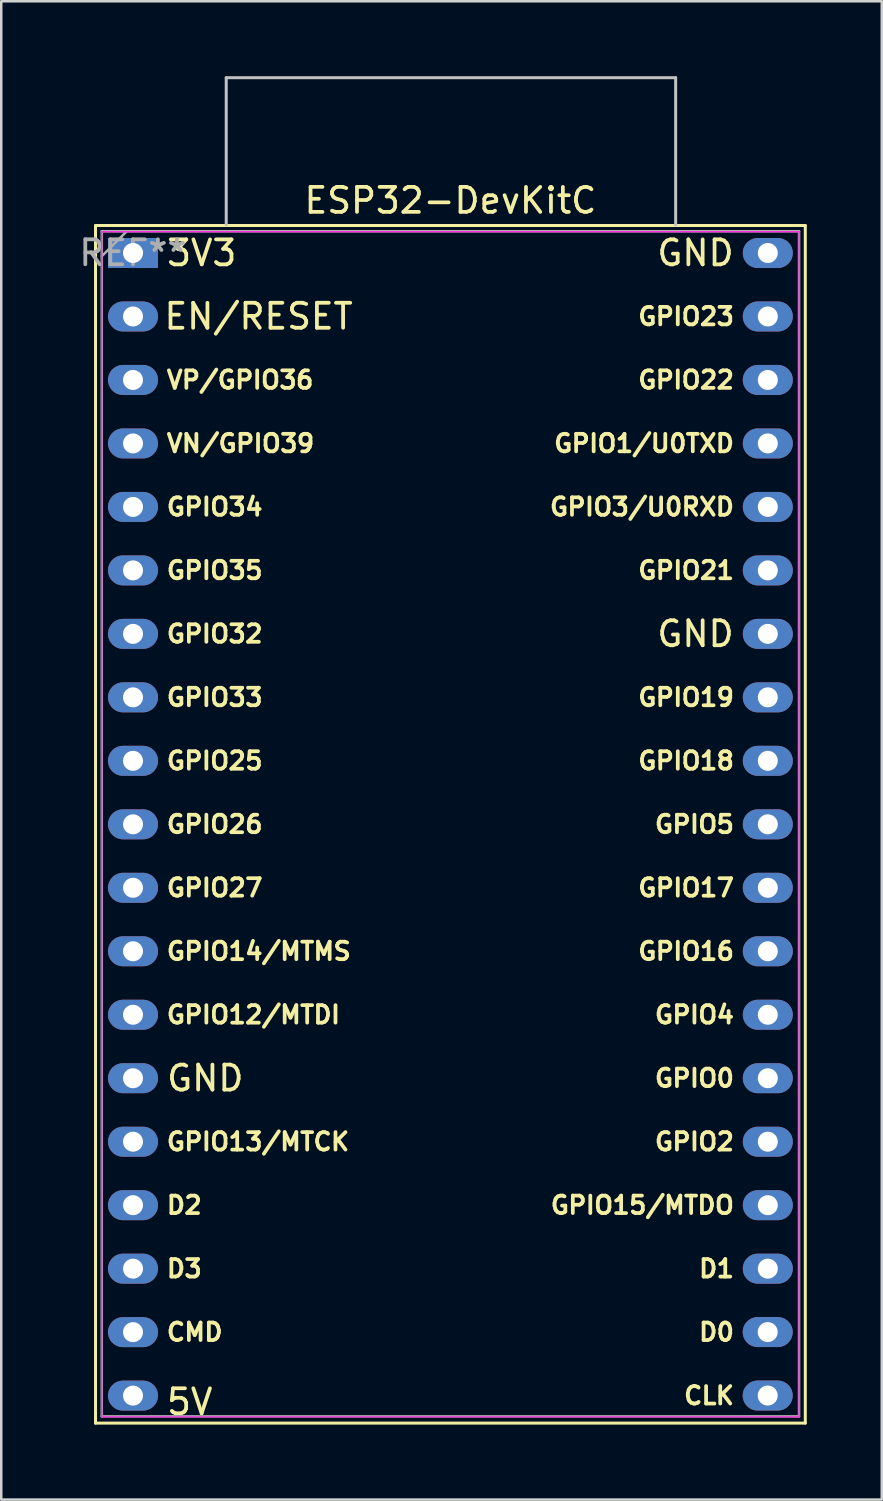
<source format=kicad_pcb>
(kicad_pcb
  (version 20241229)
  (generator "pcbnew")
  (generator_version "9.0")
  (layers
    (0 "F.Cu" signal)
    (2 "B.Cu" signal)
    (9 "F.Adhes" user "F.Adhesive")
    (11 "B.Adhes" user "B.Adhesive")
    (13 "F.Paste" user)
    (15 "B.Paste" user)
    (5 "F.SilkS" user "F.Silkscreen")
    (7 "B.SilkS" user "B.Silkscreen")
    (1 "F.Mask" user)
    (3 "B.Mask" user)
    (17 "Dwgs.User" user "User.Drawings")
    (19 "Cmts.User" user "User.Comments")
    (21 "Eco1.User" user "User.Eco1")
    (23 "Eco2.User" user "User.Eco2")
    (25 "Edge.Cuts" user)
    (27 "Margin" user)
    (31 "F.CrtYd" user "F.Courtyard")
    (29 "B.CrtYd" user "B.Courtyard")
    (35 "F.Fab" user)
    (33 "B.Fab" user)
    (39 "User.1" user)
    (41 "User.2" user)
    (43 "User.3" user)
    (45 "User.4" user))
  (footprint "ESP32-DevKitC"
    (layer "F.Cu")
    (at 2.272 7.073)
    (property "Reference" "ESP32-DevKitC" (at 12.7 -2.1 0) (layer "F.SilkS") (effects (font (size 1 1) (thickness 0.15))))
    (attr through_hole)
    (fp_line (start -1.5 46.82) (end 26.9 46.82) (stroke (width 0.12) (type solid)) (layer "F.SilkS"))
    (fp_line (start -1.5 -1.1) (end -1.5 46.82) (stroke (width 0.12) (type solid)) (layer "F.SilkS"))
    (fp_line (start 26.9 46.82) (end 26.9 -1.1) (stroke (width 0.12) (type solid)) (layer "F.SilkS"))
    (fp_line (start 26.9 -1.1) (end -1.5 -1.1) (stroke (width 0.12) (type solid)) (layer "F.SilkS"))
    (fp_line (start 3.73 -7.013) (end 21.713 -7.013) (stroke (width 0.12) (type solid)) (layer "Dwgs.User"))
    (fp_line (start 3.73 -1.12) (end 3.73 -7.013) (stroke (width 0.12) (type solid)) (layer "Dwgs.User"))
    (fp_line (start 21.713 -7.013) (end 21.713 -1.12) (stroke (width 0.12) (type solid)) (layer "Dwgs.User"))
    (fp_line (start -1.25 -0.85) (end 26.65 -0.85) (stroke (width 0.05) (type solid)) (layer "F.CrtYd"))
    (fp_line (start -1.25 46.57) (end -1.25 -0.85) (stroke (width 0.05) (type solid)) (layer "F.CrtYd"))
    (fp_line (start 26.65 -0.85) (end 26.65 46.57) (stroke (width 0.05) (type solid)) (layer "F.CrtYd"))
    (fp_line (start 26.65 46.57) (end -1.25 46.57) (stroke (width 0.05) (type solid)) (layer "F.CrtYd"))
    (fp_line (start -1.25 -0.87) (end 26.65 -0.87) (stroke (width 0.1) (type solid)) (layer "F.Fab"))
    (fp_line (start -1.25 46.55) (end -1.25 -0.87) (stroke (width 0.1) (type solid)) (layer "F.Fab"))
    (fp_line (start -0.25 -0.87) (end -1.25 0.13) (stroke (width 0.1) (type solid)) (layer "F.Fab"))
    (fp_line (start 26.65 -0.87) (end 26.65 46.55) (stroke (width 0.1) (type solid)) (layer "F.Fab"))
    (fp_line (start 26.65 46.55) (end -1.25 46.55) (stroke (width 0.1) (type solid)) (layer "F.Fab"))
    (fp_text user "GPIO1/U0TXD" (at 24.13 7.62 0) (unlocked yes) (layer "F.SilkS") (effects (font (size 0.7 0.7) (thickness 0.15)) (justify right)))
    (fp_text user "GPIO21" (at 24.13 12.7 0) (unlocked yes) (layer "F.SilkS") (effects (font (size 0.7 0.7) (thickness 0.15)) (justify right)))
    (fp_text user "5V" (at 1.266 45.971 0) (unlocked yes) (layer "F.SilkS") (effects (font (size 1 1) (thickness 0.15)) (justify left)))
    (fp_text user "GPIO2" (at 24.13 35.56 0) (unlocked yes) (layer "F.SilkS") (effects (font (size 0.7 0.7) (thickness 0.15)) (justify right)))
    (fp_text user "D2" (at 1.27 38.1 0) (unlocked yes) (layer "F.SilkS") (effects (font (size 0.7 0.7) (thickness 0.15)) (justify left)))
    (fp_text user "D0" (at 24.13 43.18 0) (unlocked yes) (layer "F.SilkS") (effects (font (size 0.7 0.7) (thickness 0.15)) (justify right)))
    (fp_text user "GPIO3/U0RXD" (at 24.13 10.16 0) (unlocked yes) (layer "F.SilkS") (effects (font (size 0.7 0.7) (thickness 0.15)) (justify right)))
    (fp_text user "D3" (at 1.27 40.64 0) (unlocked yes) (layer "F.SilkS") (effects (font (size 0.7 0.7) (thickness 0.15)) (justify left)))
    (fp_text user "GPIO0" (at 24.13 33.02 0) (unlocked yes) (layer "F.SilkS") (effects (font (size 0.7 0.7) (thickness 0.15)) (justify right)))
    (fp_text user "GPIO18" (at 24.13 20.32 0) (unlocked yes) (layer "F.SilkS") (effects (font (size 0.7 0.7) (thickness 0.15)) (justify right)))
    (fp_text user "GPIO12/MTDI" (at 1.27 30.48 0) (unlocked yes) (layer "F.SilkS") (effects (font (size 0.7 0.7) (thickness 0.15)) (justify left)))
    (fp_text user "VP/GPIO36" (at 1.27 5.08 0) (unlocked yes) (layer "F.SilkS") (effects (font (size 0.7 0.7) (thickness 0.15)) (justify left)))
    (fp_text user "GPIO32" (at 1.27 15.24 0) (unlocked yes) (layer "F.SilkS") (effects (font (size 0.7 0.7) (thickness 0.15)) (justify left)))
    (fp_text user "3V3" (at 1.27 0 0) (unlocked yes) (layer "F.SilkS") (effects (font (size 1 1) (thickness 0.15)) (justify left)))
    (fp_text user "GPIO26" (at 1.27 22.86 0) (unlocked yes) (layer "F.SilkS") (effects (font (size 0.7 0.7) (thickness 0.15)) (justify left)))
    (fp_text user "GPIO19" (at 24.13 17.78 0) (unlocked yes) (layer "F.SilkS") (effects (font (size 0.7 0.7) (thickness 0.15)) (justify right)))
    (fp_text user "GPIO17" (at 24.13 25.4 0) (unlocked yes) (layer "F.SilkS") (effects (font (size 0.7 0.7) (thickness 0.15)) (justify right)))
    (fp_text user "GPIO13/MTCK" (at 1.27 35.56 0) (unlocked yes) (layer "F.SilkS") (effects (font (size 0.7 0.7) (thickness 0.15)) (justify left)))
    (fp_text user "GND" (at 24.13 15.24 0) (unlocked yes) (layer "F.SilkS") (effects (font (size 1 1) (thickness 0.15)) (justify right)))
    (fp_text user "EN/RESET" (at 8.886 2.537 0) (unlocked yes) (layer "F.SilkS") (effects (font (size 1 1) (thickness 0.15)) (justify right)))
    (fp_text user "GPIO34" (at 1.27 10.16 0) (unlocked yes) (layer "F.SilkS") (effects (font (size 0.7 0.7) (thickness 0.15)) (justify left)))
    (fp_text user "GPIO33" (at 1.27 17.78 0) (unlocked yes) (layer "F.SilkS") (effects (font (size 0.7 0.7) (thickness 0.15)) (justify left)))
    (fp_text user "GPIO15/MTDO" (at 24.13 38.1 0) (unlocked yes) (layer "F.SilkS") (effects (font (size 0.7 0.7) (thickness 0.15)) (justify right)))
    (fp_text user "GPIO22" (at 24.13 5.08 0) (unlocked yes) (layer "F.SilkS") (effects (font (size 0.7 0.7) (thickness 0.15)) (justify right)))
    (fp_text user "GND" (at 1.27 33.02 0) (unlocked yes) (layer "F.SilkS") (effects (font (size 1 1) (thickness 0.15)) (justify left)))
    (fp_text user "GPIO25" (at 1.27 20.32 0) (unlocked yes) (layer "F.SilkS") (effects (font (size 0.7 0.7) (thickness 0.15)) (justify left)))
    (fp_text user "GND" (at 24.13 0 0) (unlocked yes) (layer "F.SilkS") (effects (font (size 1 1) (thickness 0.15)) (justify right)))
    (fp_text user "GPIO35" (at 1.27 12.7 0) (unlocked yes) (layer "F.SilkS") (effects (font (size 0.7 0.7) (thickness 0.15)) (justify left)))
    (fp_text user "VN/GPIO39" (at 1.27 7.62 0) (unlocked yes) (layer "F.SilkS") (effects (font (size 0.7 0.7) (thickness 0.15)) (justify left)))
    (fp_text user "GPIO16" (at 24.13 27.94 0) (unlocked yes) (layer "F.SilkS") (effects (font (size 0.7 0.7) (thickness 0.15)) (justify right)))
    (fp_text user "GPIO23" (at 24.13 2.54 0) (unlocked yes) (layer "F.SilkS") (effects (font (size 0.7 0.7) (thickness 0.15)) (justify right)))
    (fp_text user "D1" (at 24.13 40.64 0) (unlocked yes) (layer "F.SilkS") (effects (font (size 0.7 0.7) (thickness 0.15)) (justify right)))
    (fp_text user "GPIO27" (at 1.27 25.4 0) (unlocked yes) (layer "F.SilkS") (effects (font (size 0.7 0.7) (thickness 0.15)) (justify left)))
    (fp_text user "GPIO14/MTMS" (at 1.27 27.94 0) (unlocked yes) (layer "F.SilkS") (effects (font (size 0.7 0.7) (thickness 0.15)) (justify left)))
    (fp_text user "CMD" (at 1.27 43.18 0) (unlocked yes) (layer "F.SilkS") (effects (font (size 0.7 0.7) (thickness 0.15)) (justify left)))
    (fp_text user "GPIO4" (at 24.13 30.48 0) (unlocked yes) (layer "F.SilkS") (effects (font (size 0.7 0.7) (thickness 0.15)) (justify right)))
    (fp_text user "GPIO5" (at 24.13 22.86 0) (unlocked yes) (layer "F.SilkS") (effects (font (size 0.7 0.7) (thickness 0.15)) (justify right)))
    (fp_text user "CLK" (at 24.13 45.72 0) (unlocked yes) (layer "F.SilkS") (effects (font (size 0.7 0.7) (thickness 0.15)) (justify right)))
    (fp_text user "REF**" (at -0.004 -0.003 0) (layer "F.Fab") (effects (font (size 1 1) (thickness 0.15))))
    (pad "1" thru_hole rect (at 0 0 270) (size 1.2 2) (drill 0.8) (layers "*.Cu" "*.Mask"))
    (pad "2" thru_hole oval (at 0 2.54 270) (size 1.2 2) (drill 0.8) (layers "*.Cu" "*.Mask"))
    (pad "3" thru_hole oval (at 0 5.08 270) (size 1.2 2) (drill 0.8) (layers "*.Cu" "*.Mask"))
    (pad "4" thru_hole oval (at 0 7.62 270) (size 1.2 2) (drill 0.8) (layers "*.Cu" "*.Mask"))
    (pad "5" thru_hole oval (at 0 10.16 270) (size 1.2 2) (drill 0.8) (layers "*.Cu" "*.Mask"))
    (pad "6" thru_hole oval (at 0 12.7 270) (size 1.2 2) (drill 0.8) (layers "*.Cu" "*.Mask"))
    (pad "7" thru_hole oval (at 0 15.24 270) (size 1.2 2) (drill 0.8) (layers "*.Cu" "*.Mask"))
    (pad "8" thru_hole oval (at 0 17.78 270) (size 1.2 2) (drill 0.8) (layers "*.Cu" "*.Mask"))
    (pad "9" thru_hole oval (at 0 20.32 270) (size 1.2 2) (drill 0.8) (layers "*.Cu" "*.Mask"))
    (pad "10" thru_hole oval (at 0 22.86 270) (size 1.2 2) (drill 0.8) (layers "*.Cu" "*.Mask"))
    (pad "11" thru_hole oval (at 0 25.4 270) (size 1.2 2) (drill 0.8) (layers "*.Cu" "*.Mask"))
    (pad "12" thru_hole oval (at 0 27.94 270) (size 1.2 2) (drill 0.8) (layers "*.Cu" "*.Mask"))
    (pad "13" thru_hole oval (at 0 30.48 270) (size 1.2 2) (drill 0.8) (layers "*.Cu" "*.Mask"))
    (pad "14" thru_hole oval (at 0 33.02 270) (size 1.2 2) (drill 0.8) (layers "*.Cu" "*.Mask"))
    (pad "15" thru_hole oval (at 0 35.56 270) (size 1.2 2) (drill 0.8) (layers "*.Cu" "*.Mask"))
    (pad "16" thru_hole oval (at 0 38.1 270) (size 1.2 2) (drill 0.8) (layers "*.Cu" "*.Mask"))
    (pad "17" thru_hole oval (at 0 40.64 270) (size 1.2 2) (drill 0.8) (layers "*.Cu" "*.Mask"))
    (pad "18" thru_hole oval (at 0 43.18 270) (size 1.2 2) (drill 0.8) (layers "*.Cu" "*.Mask"))
    (pad "19" thru_hole oval (at 0 45.72 270) (size 1.2 2) (drill 0.8) (layers "*.Cu" "*.Mask"))
    (pad "20" thru_hole oval (at 25.396 45.717 270) (size 1.2 2) (drill 0.8) (layers "*.Cu" "*.Mask"))
    (pad "21" thru_hole oval (at 25.396 43.177 270) (size 1.2 2) (drill 0.8) (layers "*.Cu" "*.Mask"))
    (pad "22" thru_hole oval (at 25.4 40.64 270) (size 1.2 2) (drill 0.8) (layers "*.Cu" "*.Mask"))
    (pad "23" thru_hole oval (at 25.4 38.1 270) (size 1.2 2) (drill 0.8) (layers "*.Cu" "*.Mask"))
    (pad "24" thru_hole oval (at 25.4 35.56 270) (size 1.2 2) (drill 0.8) (layers "*.Cu" "*.Mask"))
    (pad "25" thru_hole oval (at 25.4 33.02 270) (size 1.2 2) (drill 0.8) (layers "*.Cu" "*.Mask"))
    (pad "26" thru_hole oval (at 25.4 30.48 270) (size 1.2 2) (drill 0.8) (layers "*.Cu" "*.Mask"))
    (pad "27" thru_hole oval (at 25.4 27.94 270) (size 1.2 2) (drill 0.8) (layers "*.Cu" "*.Mask"))
    (pad "28" thru_hole oval (at 25.4 25.4 270) (size 1.2 2) (drill 0.8) (layers "*.Cu" "*.Mask"))
    (pad "29" thru_hole oval (at 25.4 22.86 270) (size 1.2 2) (drill 0.8) (layers "*.Cu" "*.Mask"))
    (pad "30" thru_hole oval (at 25.4 20.32 270) (size 1.2 2) (drill 0.8) (layers "*.Cu" "*.Mask"))
    (pad "31" thru_hole oval (at 25.4 17.78 270) (size 1.2 2) (drill 0.8) (layers "*.Cu" "*.Mask"))
    (pad "32" thru_hole oval (at 25.4 15.24 270) (size 1.2 2) (drill 0.8) (layers "*.Cu" "*.Mask"))
    (pad "33" thru_hole oval (at 25.4 12.7 270) (size 1.2 2) (drill 0.8) (layers "*.Cu" "*.Mask"))
    (pad "34" thru_hole oval (at 25.4 10.16 270) (size 1.2 2) (drill 0.8) (layers "*.Cu" "*.Mask"))
    (pad "35" thru_hole oval (at 25.4 7.62 270) (size 1.2 2) (drill 0.8) (layers "*.Cu" "*.Mask"))
    (pad "36" thru_hole oval (at 25.4 5.08 270) (size 1.2 2) (drill 0.8) (layers "*.Cu" "*.Mask"))
    (pad "37" thru_hole oval (at 25.4 2.54 270) (size 1.2 2) (drill 0.8) (layers "*.Cu" "*.Mask"))
    (pad "38" thru_hole oval (at 25.4 0 270) (size 1.2 2) (drill 0.8) (layers "*.Cu" "*.Mask")))
  (gr_rect
    (start -3 -3)
    (end 32.232 56.953)
    (stroke (width 0.1) (type default))
    (fill no)
    (layer "Edge.Cuts")))
</source>
